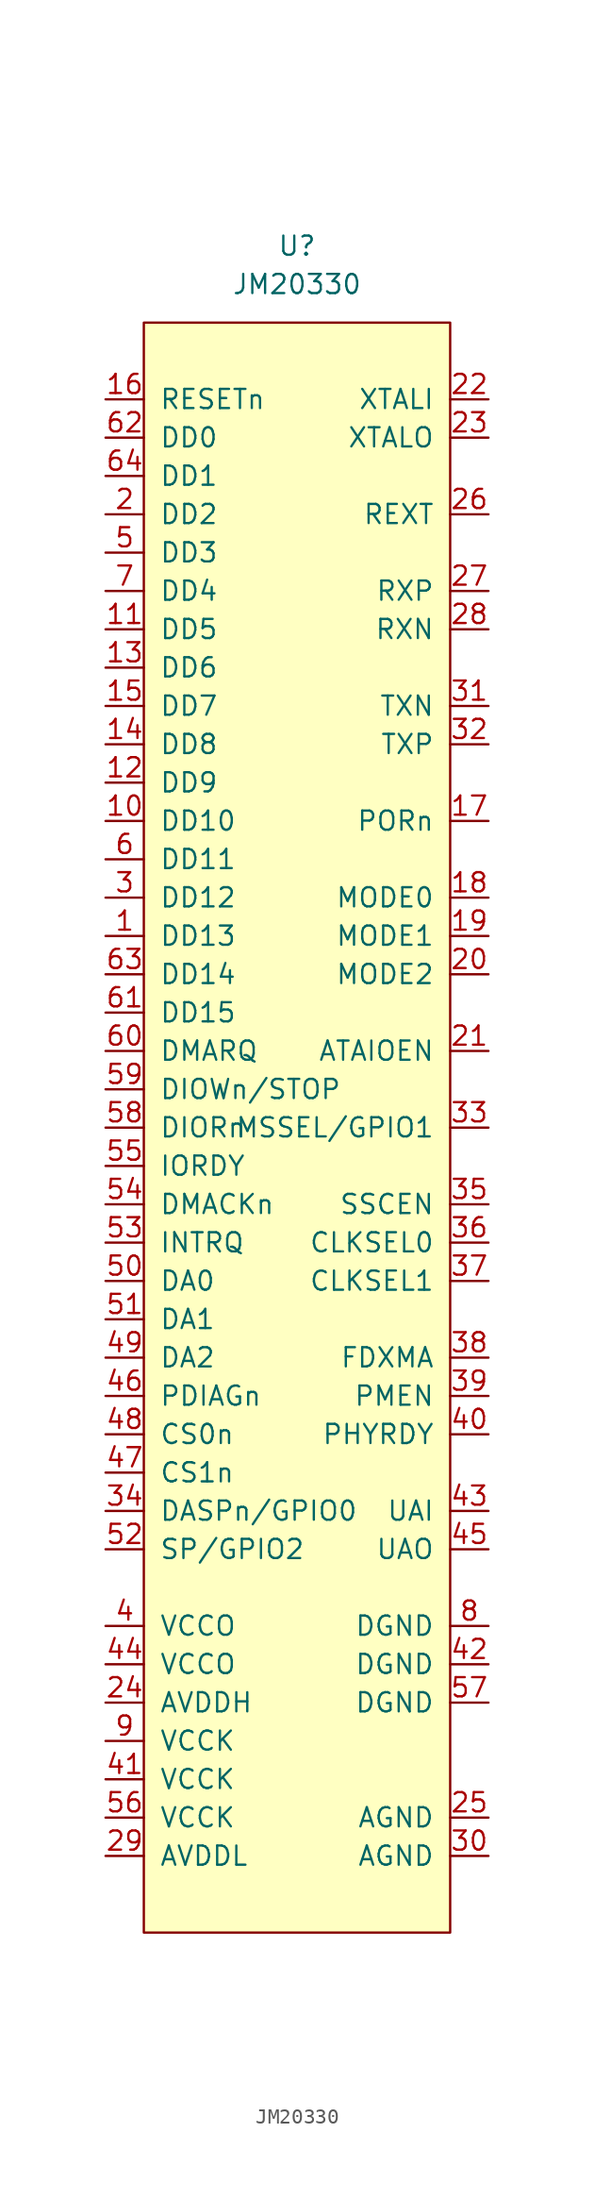
<source format=kicad_sym>
(kicad_symbol_lib
  (version 20210619)
  (generator kicad_symbol_editor)
  (symbol "symbols:JM20330"
    (pin_names
      (offset 1.016))
    (property "Reference" "U"
      (at 0 0 0)
      (effects (font (size 1.27 1.27))))
    (property "Value" "JM20330"
      (at 0 -2.54 0)
      (effects (font (size 1.27 1.27))))
    (symbol "JM20330_0_1"
      (rectangle (start -10.16 -5.08) (end 10.16 -111.76) (stroke (width 0)) (fill (type background))))
    (symbol "JM20330_1_1"
      (pin input line (at -12.7 -45.72 0) (length 2.54) (name "DD13" (effects (font (size 1.27 1.27)))) (number "1" (effects (font (size 1.27 1.27)))))
      (pin input line (at -12.7 -38.1 0) (length 2.54) (name "DD10" (effects (font (size 1.27 1.27)))) (number "10" (effects (font (size 1.27 1.27)))))
      (pin input line (at -12.7 -25.4 0) (length 2.54) (name "DD5" (effects (font (size 1.27 1.27)))) (number "11" (effects (font (size 1.27 1.27)))))
      (pin input line (at -12.7 -35.56 0) (length 2.54) (name "DD9" (effects (font (size 1.27 1.27)))) (number "12" (effects (font (size 1.27 1.27)))))
      (pin input line (at -12.7 -27.94 0) (length 2.54) (name "DD6" (effects (font (size 1.27 1.27)))) (number "13" (effects (font (size 1.27 1.27)))))
      (pin input line (at -12.7 -33.02 0) (length 2.54) (name "DD8" (effects (font (size 1.27 1.27)))) (number "14" (effects (font (size 1.27 1.27)))))
      (pin input line (at -12.7 -30.48 0) (length 2.54) (name "DD7" (effects (font (size 1.27 1.27)))) (number "15" (effects (font (size 1.27 1.27)))))
      (pin input line (at -12.7 -10.16 0) (length 2.54) (name "RESETn" (effects (font (size 1.27 1.27)))) (number "16" (effects (font (size 1.27 1.27)))))
      (pin input line (at 12.7 -38.1 180) (length 2.54) (name "PORn" (effects (font (size 1.27 1.27)))) (number "17" (effects (font (size 1.27 1.27)))))
      (pin input line (at 12.7 -43.18 180) (length 2.54) (name "MODE0" (effects (font (size 1.27 1.27)))) (number "18" (effects (font (size 1.27 1.27)))))
      (pin input line (at 12.7 -45.72 180) (length 2.54) (name "MODE1" (effects (font (size 1.27 1.27)))) (number "19" (effects (font (size 1.27 1.27)))))
      (pin input line (at -12.7 -17.78 0) (length 2.54) (name "DD2" (effects (font (size 1.27 1.27)))) (number "2" (effects (font (size 1.27 1.27)))))
      (pin input line (at 12.7 -48.26 180) (length 2.54) (name "MODE2" (effects (font (size 1.27 1.27)))) (number "20" (effects (font (size 1.27 1.27)))))
      (pin input line (at 12.7 -53.34 180) (length 2.54) (name "ATAIOEN" (effects (font (size 1.27 1.27)))) (number "21" (effects (font (size 1.27 1.27)))))
      (pin input line (at 12.7 -10.16 180) (length 2.54) (name "XTALI" (effects (font (size 1.27 1.27)))) (number "22" (effects (font (size 1.27 1.27)))))
      (pin input line (at 12.7 -12.7 180) (length 2.54) (name "XTALO" (effects (font (size 1.27 1.27)))) (number "23" (effects (font (size 1.27 1.27)))))
      (pin input line (at -12.7 -96.52 0) (length 2.54) (name "AVDDH" (effects (font (size 1.27 1.27)))) (number "24" (effects (font (size 1.27 1.27)))))
      (pin input line (at 12.7 -104.14 180) (length 2.54) (name "AGND" (effects (font (size 1.27 1.27)))) (number "25" (effects (font (size 1.27 1.27)))))
      (pin input line (at 12.7 -17.78 180) (length 2.54) (name "REXT" (effects (font (size 1.27 1.27)))) (number "26" (effects (font (size 1.27 1.27)))))
      (pin input line (at 12.7 -22.86 180) (length 2.54) (name "RXP" (effects (font (size 1.27 1.27)))) (number "27" (effects (font (size 1.27 1.27)))))
      (pin input line (at 12.7 -25.4 180) (length 2.54) (name "RXN" (effects (font (size 1.27 1.27)))) (number "28" (effects (font (size 1.27 1.27)))))
      (pin input line (at -12.7 -106.68 0) (length 2.54) (name "AVDDL" (effects (font (size 1.27 1.27)))) (number "29" (effects (font (size 1.27 1.27)))))
      (pin input line (at -12.7 -43.18 0) (length 2.54) (name "DD12" (effects (font (size 1.27 1.27)))) (number "3" (effects (font (size 1.27 1.27)))))
      (pin input line (at 12.7 -106.68 180) (length 2.54) (name "AGND" (effects (font (size 1.27 1.27)))) (number "30" (effects (font (size 1.27 1.27)))))
      (pin input line (at 12.7 -30.48 180) (length 2.54) (name "TXN" (effects (font (size 1.27 1.27)))) (number "31" (effects (font (size 1.27 1.27)))))
      (pin input line (at 12.7 -33.02 180) (length 2.54) (name "TXP" (effects (font (size 1.27 1.27)))) (number "32" (effects (font (size 1.27 1.27)))))
      (pin input line (at 12.7 -58.42 180) (length 2.54) (name "MSSEL/GPIO1" (effects (font (size 1.27 1.27)))) (number "33" (effects (font (size 1.27 1.27)))))
      (pin input line (at -12.7 -83.82 0) (length 2.54) (name "DASPn/GPIO0" (effects (font (size 1.27 1.27)))) (number "34" (effects (font (size 1.27 1.27)))))
      (pin input line (at 12.7 -63.5 180) (length 2.54) (name "SSCEN" (effects (font (size 1.27 1.27)))) (number "35" (effects (font (size 1.27 1.27)))))
      (pin input line (at 12.7 -66.04 180) (length 2.54) (name "CLKSEL0" (effects (font (size 1.27 1.27)))) (number "36" (effects (font (size 1.27 1.27)))))
      (pin input line (at 12.7 -68.58 180) (length 2.54) (name "CLKSEL1" (effects (font (size 1.27 1.27)))) (number "37" (effects (font (size 1.27 1.27)))))
      (pin input line (at 12.7 -73.66 180) (length 2.54) (name "FDXMA" (effects (font (size 1.27 1.27)))) (number "38" (effects (font (size 1.27 1.27)))))
      (pin input line (at 12.7 -76.2 180) (length 2.54) (name "PMEN" (effects (font (size 1.27 1.27)))) (number "39" (effects (font (size 1.27 1.27)))))
      (pin input line (at -12.7 -91.44 0) (length 2.54) (name "VCCO" (effects (font (size 1.27 1.27)))) (number "4" (effects (font (size 1.27 1.27)))))
      (pin input line (at 12.7 -78.74 180) (length 2.54) (name "PHYRDY" (effects (font (size 1.27 1.27)))) (number "40" (effects (font (size 1.27 1.27)))))
      (pin input line (at -12.7 -101.6 0) (length 2.54) (name "VCCK" (effects (font (size 1.27 1.27)))) (number "41" (effects (font (size 1.27 1.27)))))
      (pin input line (at 12.7 -93.98 180) (length 2.54) (name "DGND" (effects (font (size 1.27 1.27)))) (number "42" (effects (font (size 1.27 1.27)))))
      (pin input line (at 12.7 -83.82 180) (length 2.54) (name "UAI" (effects (font (size 1.27 1.27)))) (number "43" (effects (font (size 1.27 1.27)))))
      (pin input line (at -12.7 -93.98 0) (length 2.54) (name "VCCO" (effects (font (size 1.27 1.27)))) (number "44" (effects (font (size 1.27 1.27)))))
      (pin input line (at 12.7 -86.36 180) (length 2.54) (name "UAO" (effects (font (size 1.27 1.27)))) (number "45" (effects (font (size 1.27 1.27)))))
      (pin input line (at -12.7 -76.2 0) (length 2.54) (name "PDIAGn" (effects (font (size 1.27 1.27)))) (number "46" (effects (font (size 1.27 1.27)))))
      (pin input line (at -12.7 -81.28 0) (length 2.54) (name "CS1n" (effects (font (size 1.27 1.27)))) (number "47" (effects (font (size 1.27 1.27)))))
      (pin input line (at -12.7 -78.74 0) (length 2.54) (name "CS0n" (effects (font (size 1.27 1.27)))) (number "48" (effects (font (size 1.27 1.27)))))
      (pin input line (at -12.7 -73.66 0) (length 2.54) (name "DA2" (effects (font (size 1.27 1.27)))) (number "49" (effects (font (size 1.27 1.27)))))
      (pin input line (at -12.7 -20.32 0) (length 2.54) (name "DD3" (effects (font (size 1.27 1.27)))) (number "5" (effects (font (size 1.27 1.27)))))
      (pin input line (at -12.7 -68.58 0) (length 2.54) (name "DA0" (effects (font (size 1.27 1.27)))) (number "50" (effects (font (size 1.27 1.27)))))
      (pin input line (at -12.7 -71.12 0) (length 2.54) (name "DA1" (effects (font (size 1.27 1.27)))) (number "51" (effects (font (size 1.27 1.27)))))
      (pin input line (at -12.7 -86.36 0) (length 2.54) (name "SP/GPIO2" (effects (font (size 1.27 1.27)))) (number "52" (effects (font (size 1.27 1.27)))))
      (pin input line (at -12.7 -66.04 0) (length 2.54) (name "INTRQ" (effects (font (size 1.27 1.27)))) (number "53" (effects (font (size 1.27 1.27)))))
      (pin input line (at -12.7 -63.5 0) (length 2.54) (name "DMACKn" (effects (font (size 1.27 1.27)))) (number "54" (effects (font (size 1.27 1.27)))))
      (pin input line (at -12.7 -60.96 0) (length 2.54) (name "IORDY" (effects (font (size 1.27 1.27)))) (number "55" (effects (font (size 1.27 1.27)))))
      (pin input line (at -12.7 -104.14 0) (length 2.54) (name "VCCK" (effects (font (size 1.27 1.27)))) (number "56" (effects (font (size 1.27 1.27)))))
      (pin input line (at 12.7 -96.52 180) (length 2.54) (name "DGND" (effects (font (size 1.27 1.27)))) (number "57" (effects (font (size 1.27 1.27)))))
      (pin input line (at -12.7 -58.42 0) (length 2.54) (name "DIORn" (effects (font (size 1.27 1.27)))) (number "58" (effects (font (size 1.27 1.27)))))
      (pin input line (at -12.7 -55.88 0) (length 2.54) (name "DIOWn/STOP" (effects (font (size 1.27 1.27)))) (number "59" (effects (font (size 1.27 1.27)))))
      (pin input line (at -12.7 -40.64 0) (length 2.54) (name "DD11" (effects (font (size 1.27 1.27)))) (number "6" (effects (font (size 1.27 1.27)))))
      (pin input line (at -12.7 -53.34 0) (length 2.54) (name "DMARQ" (effects (font (size 1.27 1.27)))) (number "60" (effects (font (size 1.27 1.27)))))
      (pin input line (at -12.7 -50.8 0) (length 2.54) (name "DD15" (effects (font (size 1.27 1.27)))) (number "61" (effects (font (size 1.27 1.27)))))
      (pin input line (at -12.7 -12.7 0) (length 2.54) (name "DD0" (effects (font (size 1.27 1.27)))) (number "62" (effects (font (size 1.27 1.27)))))
      (pin input line (at -12.7 -48.26 0) (length 2.54) (name "DD14" (effects (font (size 1.27 1.27)))) (number "63" (effects (font (size 1.27 1.27)))))
      (pin input line (at -12.7 -15.24 0) (length 2.54) (name "DD1" (effects (font (size 1.27 1.27)))) (number "64" (effects (font (size 1.27 1.27)))))
      (pin input line (at -12.7 -22.86 0) (length 2.54) (name "DD4" (effects (font (size 1.27 1.27)))) (number "7" (effects (font (size 1.27 1.27)))))
      (pin input line (at 12.7 -91.44 180) (length 2.54) (name "DGND" (effects (font (size 1.27 1.27)))) (number "8" (effects (font (size 1.27 1.27)))))
      (pin input line (at -12.7 -99.06 0) (length 2.54) (name "VCCK" (effects (font (size 1.27 1.27)))) (number "9" (effects (font (size 1.27 1.27))))))))
</source>
